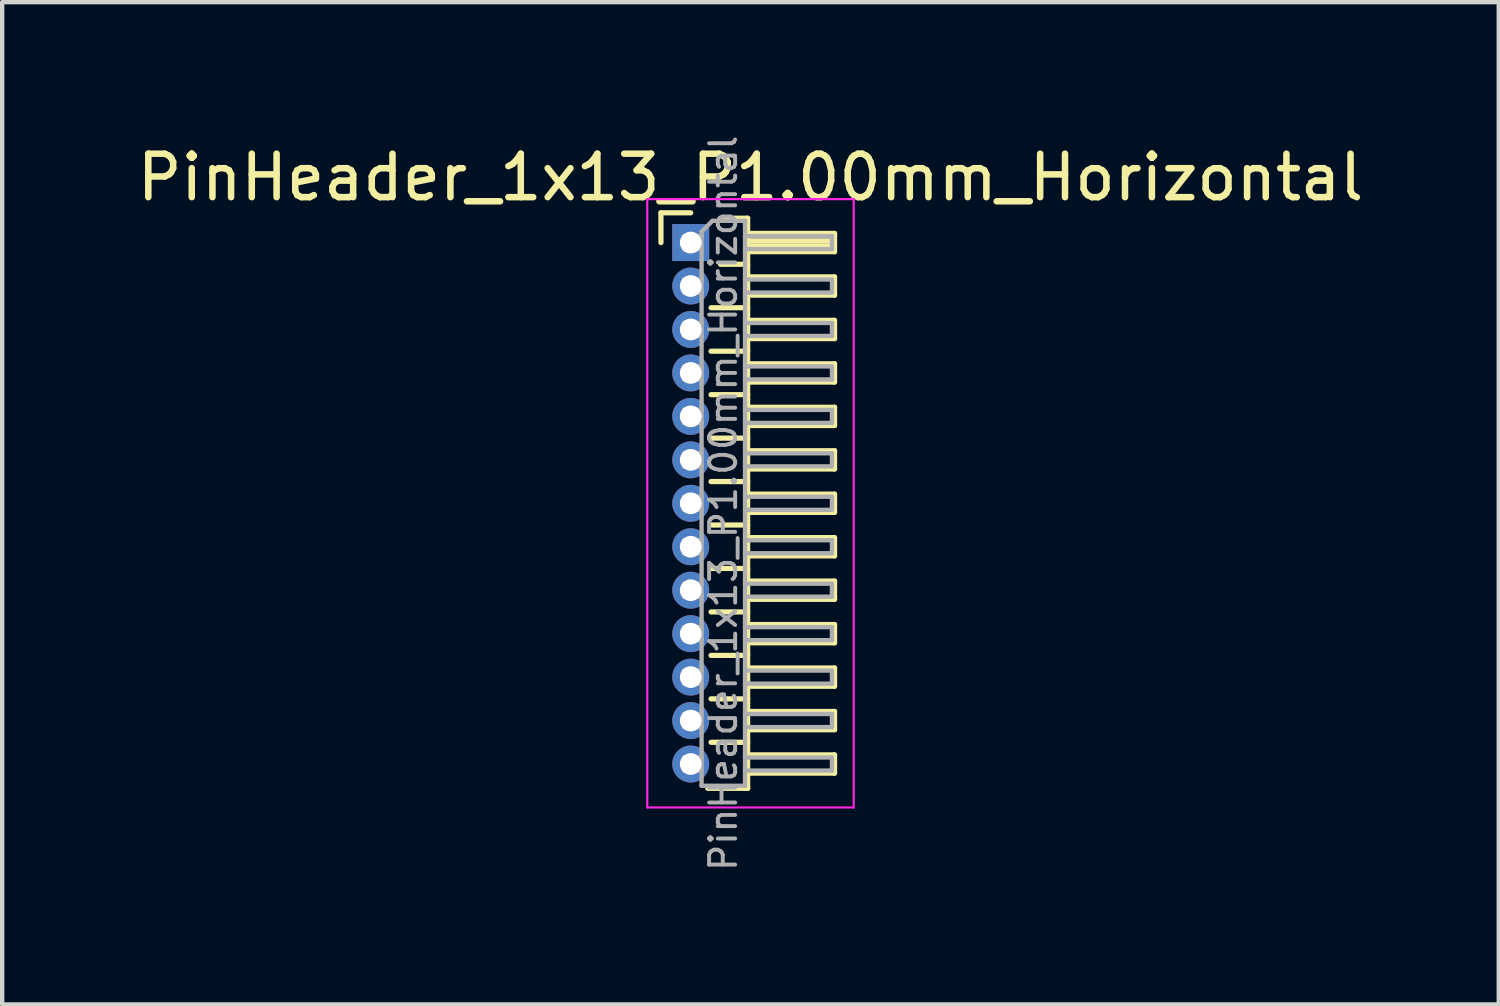
<source format=kicad_pcb>
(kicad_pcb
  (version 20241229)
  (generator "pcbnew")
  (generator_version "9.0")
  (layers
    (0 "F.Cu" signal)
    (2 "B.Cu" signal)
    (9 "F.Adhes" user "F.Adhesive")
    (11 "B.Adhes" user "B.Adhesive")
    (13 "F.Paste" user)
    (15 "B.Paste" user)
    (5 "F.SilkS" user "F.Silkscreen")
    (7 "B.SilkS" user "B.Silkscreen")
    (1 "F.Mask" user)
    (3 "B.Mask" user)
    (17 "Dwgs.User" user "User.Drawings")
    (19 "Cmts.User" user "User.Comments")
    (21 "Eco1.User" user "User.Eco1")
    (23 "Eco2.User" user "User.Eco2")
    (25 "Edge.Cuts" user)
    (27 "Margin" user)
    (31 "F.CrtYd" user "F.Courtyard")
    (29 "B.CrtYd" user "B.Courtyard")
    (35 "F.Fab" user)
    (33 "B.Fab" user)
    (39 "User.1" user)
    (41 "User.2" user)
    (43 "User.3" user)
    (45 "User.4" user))
  (footprint "PinHeader_1x13_P1.00mm_Horizontal"
    (layer "F.Cu")
    (at 12.845 2.532)
    (property "Reference" "PinHeader_1x13_P1.00mm_Horizontal" (at 1.375 -1.5 0) (layer "F.SilkS") (effects (font (size 1 1) (thickness 0.15))))
    (attr through_hole)
    (fp_line (start -0.685 -0.685) (end 0 -0.685) (stroke (width 0.12) (type solid)) (layer "F.SilkS"))
    (fp_line (start -0.685 0) (end -0.685 -0.685) (stroke (width 0.12) (type solid)) (layer "F.SilkS"))
    (fp_line (start 0.468 1.5) (end 1.31 1.5) (stroke (width 0.12) (type solid)) (layer "F.SilkS"))
    (fp_line (start 0.468 2.5) (end 1.31 2.5) (stroke (width 0.12) (type solid)) (layer "F.SilkS"))
    (fp_line (start 0.468 3.5) (end 1.31 3.5) (stroke (width 0.12) (type solid)) (layer "F.SilkS"))
    (fp_line (start 0.468 4.5) (end 1.31 4.5) (stroke (width 0.12) (type solid)) (layer "F.SilkS"))
    (fp_line (start 0.468 5.5) (end 1.31 5.5) (stroke (width 0.12) (type solid)) (layer "F.SilkS"))
    (fp_line (start 0.468 6.5) (end 1.31 6.5) (stroke (width 0.12) (type solid)) (layer "F.SilkS"))
    (fp_line (start 0.468 7.5) (end 1.31 7.5) (stroke (width 0.12) (type solid)) (layer "F.SilkS"))
    (fp_line (start 0.468 8.5) (end 1.31 8.5) (stroke (width 0.12) (type solid)) (layer "F.SilkS"))
    (fp_line (start 0.468 9.5) (end 1.31 9.5) (stroke (width 0.12) (type solid)) (layer "F.SilkS"))
    (fp_line (start 0.468 10.5) (end 1.31 10.5) (stroke (width 0.12) (type solid)) (layer "F.SilkS"))
    (fp_line (start 0.468 11.5) (end 1.31 11.5) (stroke (width 0.12) (type solid)) (layer "F.SilkS"))
    (fp_line (start 0.685 -0.56) (end 1.31 -0.56) (stroke (width 0.12) (type solid)) (layer "F.SilkS"))
    (fp_line (start 0.685 0.5) (end 1.31 0.5) (stroke (width 0.12) (type solid)) (layer "F.SilkS"))
    (fp_line (start 1.31 -0.56) (end 1.31 12.56) (stroke (width 0.12) (type solid)) (layer "F.SilkS"))
    (fp_line (start 1.31 -0.21) (end 3.31 -0.21) (stroke (width 0.12) (type solid)) (layer "F.SilkS"))
    (fp_line (start 1.31 -0.15) (end 3.31 -0.15) (stroke (width 0.12) (type solid)) (layer "F.SilkS"))
    (fp_line (start 1.31 -0.03) (end 3.31 -0.03) (stroke (width 0.12) (type solid)) (layer "F.SilkS"))
    (fp_line (start 1.31 0.09) (end 3.31 0.09) (stroke (width 0.12) (type solid)) (layer "F.SilkS"))
    (fp_line (start 1.31 0.79) (end 3.31 0.79) (stroke (width 0.12) (type solid)) (layer "F.SilkS"))
    (fp_line (start 1.31 1.79) (end 3.31 1.79) (stroke (width 0.12) (type solid)) (layer "F.SilkS"))
    (fp_line (start 1.31 2.79) (end 3.31 2.79) (stroke (width 0.12) (type solid)) (layer "F.SilkS"))
    (fp_line (start 1.31 3.79) (end 3.31 3.79) (stroke (width 0.12) (type solid)) (layer "F.SilkS"))
    (fp_line (start 1.31 4.79) (end 3.31 4.79) (stroke (width 0.12) (type solid)) (layer "F.SilkS"))
    (fp_line (start 1.31 5.79) (end 3.31 5.79) (stroke (width 0.12) (type solid)) (layer "F.SilkS"))
    (fp_line (start 1.31 6.79) (end 3.31 6.79) (stroke (width 0.12) (type solid)) (layer "F.SilkS"))
    (fp_line (start 1.31 7.79) (end 3.31 7.79) (stroke (width 0.12) (type solid)) (layer "F.SilkS"))
    (fp_line (start 1.31 8.79) (end 3.31 8.79) (stroke (width 0.12) (type solid)) (layer "F.SilkS"))
    (fp_line (start 1.31 9.79) (end 3.31 9.79) (stroke (width 0.12) (type solid)) (layer "F.SilkS"))
    (fp_line (start 1.31 10.79) (end 3.31 10.79) (stroke (width 0.12) (type solid)) (layer "F.SilkS"))
    (fp_line (start 1.31 11.79) (end 3.31 11.79) (stroke (width 0.12) (type solid)) (layer "F.SilkS"))
    (fp_line (start 1.31 12.56) (end 0.394 12.56) (stroke (width 0.12) (type solid)) (layer "F.SilkS"))
    (fp_line (start 3.31 -0.21) (end 3.31 0.21) (stroke (width 0.12) (type solid)) (layer "F.SilkS"))
    (fp_line (start 3.31 0.21) (end 1.31 0.21) (stroke (width 0.12) (type solid)) (layer "F.SilkS"))
    (fp_line (start 3.31 0.79) (end 3.31 1.21) (stroke (width 0.12) (type solid)) (layer "F.SilkS"))
    (fp_line (start 3.31 1.21) (end 1.31 1.21) (stroke (width 0.12) (type solid)) (layer "F.SilkS"))
    (fp_line (start 3.31 1.79) (end 3.31 2.21) (stroke (width 0.12) (type solid)) (layer "F.SilkS"))
    (fp_line (start 3.31 2.21) (end 1.31 2.21) (stroke (width 0.12) (type solid)) (layer "F.SilkS"))
    (fp_line (start 3.31 2.79) (end 3.31 3.21) (stroke (width 0.12) (type solid)) (layer "F.SilkS"))
    (fp_line (start 3.31 3.21) (end 1.31 3.21) (stroke (width 0.12) (type solid)) (layer "F.SilkS"))
    (fp_line (start 3.31 3.79) (end 3.31 4.21) (stroke (width 0.12) (type solid)) (layer "F.SilkS"))
    (fp_line (start 3.31 4.21) (end 1.31 4.21) (stroke (width 0.12) (type solid)) (layer "F.SilkS"))
    (fp_line (start 3.31 4.79) (end 3.31 5.21) (stroke (width 0.12) (type solid)) (layer "F.SilkS"))
    (fp_line (start 3.31 5.21) (end 1.31 5.21) (stroke (width 0.12) (type solid)) (layer "F.SilkS"))
    (fp_line (start 3.31 5.79) (end 3.31 6.21) (stroke (width 0.12) (type solid)) (layer "F.SilkS"))
    (fp_line (start 3.31 6.21) (end 1.31 6.21) (stroke (width 0.12) (type solid)) (layer "F.SilkS"))
    (fp_line (start 3.31 6.79) (end 3.31 7.21) (stroke (width 0.12) (type solid)) (layer "F.SilkS"))
    (fp_line (start 3.31 7.21) (end 1.31 7.21) (stroke (width 0.12) (type solid)) (layer "F.SilkS"))
    (fp_line (start 3.31 7.79) (end 3.31 8.21) (stroke (width 0.12) (type solid)) (layer "F.SilkS"))
    (fp_line (start 3.31 8.21) (end 1.31 8.21) (stroke (width 0.12) (type solid)) (layer "F.SilkS"))
    (fp_line (start 3.31 8.79) (end 3.31 9.21) (stroke (width 0.12) (type solid)) (layer "F.SilkS"))
    (fp_line (start 3.31 9.21) (end 1.31 9.21) (stroke (width 0.12) (type solid)) (layer "F.SilkS"))
    (fp_line (start 3.31 9.79) (end 3.31 10.21) (stroke (width 0.12) (type solid)) (layer "F.SilkS"))
    (fp_line (start 3.31 10.21) (end 1.31 10.21) (stroke (width 0.12) (type solid)) (layer "F.SilkS"))
    (fp_line (start 3.31 10.79) (end 3.31 11.21) (stroke (width 0.12) (type solid)) (layer "F.SilkS"))
    (fp_line (start 3.31 11.21) (end 1.31 11.21) (stroke (width 0.12) (type solid)) (layer "F.SilkS"))
    (fp_line (start 3.31 11.79) (end 3.31 12.21) (stroke (width 0.12) (type solid)) (layer "F.SilkS"))
    (fp_line (start 3.31 12.21) (end 1.31 12.21) (stroke (width 0.12) (type solid)) (layer "F.SilkS"))
    (fp_line (start -1 -1) (end -1 13) (stroke (width 0.05) (type solid)) (layer "F.CrtYd"))
    (fp_line (start -1 13) (end 3.75 13) (stroke (width 0.05) (type solid)) (layer "F.CrtYd"))
    (fp_line (start 3.75 -1) (end -1 -1) (stroke (width 0.05) (type solid)) (layer "F.CrtYd"))
    (fp_line (start 3.75 13) (end 3.75 -1) (stroke (width 0.05) (type solid)) (layer "F.CrtYd"))
    (fp_line (start -0.15 -0.15) (end -0.15 0.15) (stroke (width 0.1) (type solid)) (layer "F.Fab"))
    (fp_line (start -0.15 -0.15) (end 0.25 -0.15) (stroke (width 0.1) (type solid)) (layer "F.Fab"))
    (fp_line (start -0.15 0.15) (end 0.25 0.15) (stroke (width 0.1) (type solid)) (layer "F.Fab"))
    (fp_line (start -0.15 0.85) (end -0.15 1.15) (stroke (width 0.1) (type solid)) (layer "F.Fab"))
    (fp_line (start -0.15 0.85) (end 0.25 0.85) (stroke (width 0.1) (type solid)) (layer "F.Fab"))
    (fp_line (start -0.15 1.15) (end 0.25 1.15) (stroke (width 0.1) (type solid)) (layer "F.Fab"))
    (fp_line (start -0.15 1.85) (end -0.15 2.15) (stroke (width 0.1) (type solid)) (layer "F.Fab"))
    (fp_line (start -0.15 1.85) (end 0.25 1.85) (stroke (width 0.1) (type solid)) (layer "F.Fab"))
    (fp_line (start -0.15 2.15) (end 0.25 2.15) (stroke (width 0.1) (type solid)) (layer "F.Fab"))
    (fp_line (start -0.15 2.85) (end -0.15 3.15) (stroke (width 0.1) (type solid)) (layer "F.Fab"))
    (fp_line (start -0.15 2.85) (end 0.25 2.85) (stroke (width 0.1) (type solid)) (layer "F.Fab"))
    (fp_line (start -0.15 3.15) (end 0.25 3.15) (stroke (width 0.1) (type solid)) (layer "F.Fab"))
    (fp_line (start -0.15 3.85) (end -0.15 4.15) (stroke (width 0.1) (type solid)) (layer "F.Fab"))
    (fp_line (start -0.15 3.85) (end 0.25 3.85) (stroke (width 0.1) (type solid)) (layer "F.Fab"))
    (fp_line (start -0.15 4.15) (end 0.25 4.15) (stroke (width 0.1) (type solid)) (layer "F.Fab"))
    (fp_line (start -0.15 4.85) (end -0.15 5.15) (stroke (width 0.1) (type solid)) (layer "F.Fab"))
    (fp_line (start -0.15 4.85) (end 0.25 4.85) (stroke (width 0.1) (type solid)) (layer "F.Fab"))
    (fp_line (start -0.15 5.15) (end 0.25 5.15) (stroke (width 0.1) (type solid)) (layer "F.Fab"))
    (fp_line (start -0.15 5.85) (end -0.15 6.15) (stroke (width 0.1) (type solid)) (layer "F.Fab"))
    (fp_line (start -0.15 5.85) (end 0.25 5.85) (stroke (width 0.1) (type solid)) (layer "F.Fab"))
    (fp_line (start -0.15 6.15) (end 0.25 6.15) (stroke (width 0.1) (type solid)) (layer "F.Fab"))
    (fp_line (start -0.15 6.85) (end -0.15 7.15) (stroke (width 0.1) (type solid)) (layer "F.Fab"))
    (fp_line (start -0.15 6.85) (end 0.25 6.85) (stroke (width 0.1) (type solid)) (layer "F.Fab"))
    (fp_line (start -0.15 7.15) (end 0.25 7.15) (stroke (width 0.1) (type solid)) (layer "F.Fab"))
    (fp_line (start -0.15 7.85) (end -0.15 8.15) (stroke (width 0.1) (type solid)) (layer "F.Fab"))
    (fp_line (start -0.15 7.85) (end 0.25 7.85) (stroke (width 0.1) (type solid)) (layer "F.Fab"))
    (fp_line (start -0.15 8.15) (end 0.25 8.15) (stroke (width 0.1) (type solid)) (layer "F.Fab"))
    (fp_line (start -0.15 8.85) (end -0.15 9.15) (stroke (width 0.1) (type solid)) (layer "F.Fab"))
    (fp_line (start -0.15 8.85) (end 0.25 8.85) (stroke (width 0.1) (type solid)) (layer "F.Fab"))
    (fp_line (start -0.15 9.15) (end 0.25 9.15) (stroke (width 0.1) (type solid)) (layer "F.Fab"))
    (fp_line (start -0.15 9.85) (end -0.15 10.15) (stroke (width 0.1) (type solid)) (layer "F.Fab"))
    (fp_line (start -0.15 9.85) (end 0.25 9.85) (stroke (width 0.1) (type solid)) (layer "F.Fab"))
    (fp_line (start -0.15 10.15) (end 0.25 10.15) (stroke (width 0.1) (type solid)) (layer "F.Fab"))
    (fp_line (start -0.15 10.85) (end -0.15 11.15) (stroke (width 0.1) (type solid)) (layer "F.Fab"))
    (fp_line (start -0.15 10.85) (end 0.25 10.85) (stroke (width 0.1) (type solid)) (layer "F.Fab"))
    (fp_line (start -0.15 11.15) (end 0.25 11.15) (stroke (width 0.1) (type solid)) (layer "F.Fab"))
    (fp_line (start -0.15 11.85) (end -0.15 12.15) (stroke (width 0.1) (type solid)) (layer "F.Fab"))
    (fp_line (start -0.15 11.85) (end 0.25 11.85) (stroke (width 0.1) (type solid)) (layer "F.Fab"))
    (fp_line (start -0.15 12.15) (end 0.25 12.15) (stroke (width 0.1) (type solid)) (layer "F.Fab"))
    (fp_line (start 0.25 -0.25) (end 0.5 -0.5) (stroke (width 0.1) (type solid)) (layer "F.Fab"))
    (fp_line (start 0.25 12.5) (end 0.25 -0.25) (stroke (width 0.1) (type solid)) (layer "F.Fab"))
    (fp_line (start 0.5 -0.5) (end 1.25 -0.5) (stroke (width 0.1) (type solid)) (layer "F.Fab"))
    (fp_line (start 1.25 -0.5) (end 1.25 12.5) (stroke (width 0.1) (type solid)) (layer "F.Fab"))
    (fp_line (start 1.25 -0.15) (end 3.25 -0.15) (stroke (width 0.1) (type solid)) (layer "F.Fab"))
    (fp_line (start 1.25 0.15) (end 3.25 0.15) (stroke (width 0.1) (type solid)) (layer "F.Fab"))
    (fp_line (start 1.25 0.85) (end 3.25 0.85) (stroke (width 0.1) (type solid)) (layer "F.Fab"))
    (fp_line (start 1.25 1.15) (end 3.25 1.15) (stroke (width 0.1) (type solid)) (layer "F.Fab"))
    (fp_line (start 1.25 1.85) (end 3.25 1.85) (stroke (width 0.1) (type solid)) (layer "F.Fab"))
    (fp_line (start 1.25 2.15) (end 3.25 2.15) (stroke (width 0.1) (type solid)) (layer "F.Fab"))
    (fp_line (start 1.25 2.85) (end 3.25 2.85) (stroke (width 0.1) (type solid)) (layer "F.Fab"))
    (fp_line (start 1.25 3.15) (end 3.25 3.15) (stroke (width 0.1) (type solid)) (layer "F.Fab"))
    (fp_line (start 1.25 3.85) (end 3.25 3.85) (stroke (width 0.1) (type solid)) (layer "F.Fab"))
    (fp_line (start 1.25 4.15) (end 3.25 4.15) (stroke (width 0.1) (type solid)) (layer "F.Fab"))
    (fp_line (start 1.25 4.85) (end 3.25 4.85) (stroke (width 0.1) (type solid)) (layer "F.Fab"))
    (fp_line (start 1.25 5.15) (end 3.25 5.15) (stroke (width 0.1) (type solid)) (layer "F.Fab"))
    (fp_line (start 1.25 5.85) (end 3.25 5.85) (stroke (width 0.1) (type solid)) (layer "F.Fab"))
    (fp_line (start 1.25 6.15) (end 3.25 6.15) (stroke (width 0.1) (type solid)) (layer "F.Fab"))
    (fp_line (start 1.25 6.85) (end 3.25 6.85) (stroke (width 0.1) (type solid)) (layer "F.Fab"))
    (fp_line (start 1.25 7.15) (end 3.25 7.15) (stroke (width 0.1) (type solid)) (layer "F.Fab"))
    (fp_line (start 1.25 7.85) (end 3.25 7.85) (stroke (width 0.1) (type solid)) (layer "F.Fab"))
    (fp_line (start 1.25 8.15) (end 3.25 8.15) (stroke (width 0.1) (type solid)) (layer "F.Fab"))
    (fp_line (start 1.25 8.85) (end 3.25 8.85) (stroke (width 0.1) (type solid)) (layer "F.Fab"))
    (fp_line (start 1.25 9.15) (end 3.25 9.15) (stroke (width 0.1) (type solid)) (layer "F.Fab"))
    (fp_line (start 1.25 9.85) (end 3.25 9.85) (stroke (width 0.1) (type solid)) (layer "F.Fab"))
    (fp_line (start 1.25 10.15) (end 3.25 10.15) (stroke (width 0.1) (type solid)) (layer "F.Fab"))
    (fp_line (start 1.25 10.85) (end 3.25 10.85) (stroke (width 0.1) (type solid)) (layer "F.Fab"))
    (fp_line (start 1.25 11.15) (end 3.25 11.15) (stroke (width 0.1) (type solid)) (layer "F.Fab"))
    (fp_line (start 1.25 11.85) (end 3.25 11.85) (stroke (width 0.1) (type solid)) (layer "F.Fab"))
    (fp_line (start 1.25 12.15) (end 3.25 12.15) (stroke (width 0.1) (type solid)) (layer "F.Fab"))
    (fp_line (start 1.25 12.5) (end 0.25 12.5) (stroke (width 0.1) (type solid)) (layer "F.Fab"))
    (fp_line (start 3.25 -0.15) (end 3.25 0.15) (stroke (width 0.1) (type solid)) (layer "F.Fab"))
    (fp_line (start 3.25 0.85) (end 3.25 1.15) (stroke (width 0.1) (type solid)) (layer "F.Fab"))
    (fp_line (start 3.25 1.85) (end 3.25 2.15) (stroke (width 0.1) (type solid)) (layer "F.Fab"))
    (fp_line (start 3.25 2.85) (end 3.25 3.15) (stroke (width 0.1) (type solid)) (layer "F.Fab"))
    (fp_line (start 3.25 3.85) (end 3.25 4.15) (stroke (width 0.1) (type solid)) (layer "F.Fab"))
    (fp_line (start 3.25 4.85) (end 3.25 5.15) (stroke (width 0.1) (type solid)) (layer "F.Fab"))
    (fp_line (start 3.25 5.85) (end 3.25 6.15) (stroke (width 0.1) (type solid)) (layer "F.Fab"))
    (fp_line (start 3.25 6.85) (end 3.25 7.15) (stroke (width 0.1) (type solid)) (layer "F.Fab"))
    (fp_line (start 3.25 7.85) (end 3.25 8.15) (stroke (width 0.1) (type solid)) (layer "F.Fab"))
    (fp_line (start 3.25 8.85) (end 3.25 9.15) (stroke (width 0.1) (type solid)) (layer "F.Fab"))
    (fp_line (start 3.25 9.85) (end 3.25 10.15) (stroke (width 0.1) (type solid)) (layer "F.Fab"))
    (fp_line (start 3.25 10.85) (end 3.25 11.15) (stroke (width 0.1) (type solid)) (layer "F.Fab"))
    (fp_line (start 3.25 11.85) (end 3.25 12.15) (stroke (width 0.1) (type solid)) (layer "F.Fab"))
    (fp_text user "${REFERENCE}" (at 0.75 6 90) (layer "F.Fab") (effects (font (size 0.6 0.6) (thickness 0.09))))
    (pad "1" thru_hole rect (at 0 0) (size 0.85 0.85) (drill 0.5) (layers "*.Cu" "*.Mask"))
    (pad "2" thru_hole oval (at 0 1) (size 0.85 0.85) (drill 0.5) (layers "*.Cu" "*.Mask"))
    (pad "3" thru_hole oval (at 0 2) (size 0.85 0.85) (drill 0.5) (layers "*.Cu" "*.Mask"))
    (pad "4" thru_hole oval (at 0 3) (size 0.85 0.85) (drill 0.5) (layers "*.Cu" "*.Mask"))
    (pad "5" thru_hole oval (at 0 4) (size 0.85 0.85) (drill 0.5) (layers "*.Cu" "*.Mask"))
    (pad "6" thru_hole oval (at 0 5) (size 0.85 0.85) (drill 0.5) (layers "*.Cu" "*.Mask"))
    (pad "7" thru_hole oval (at 0 6) (size 0.85 0.85) (drill 0.5) (layers "*.Cu" "*.Mask"))
    (pad "8" thru_hole oval (at 0 7) (size 0.85 0.85) (drill 0.5) (layers "*.Cu" "*.Mask"))
    (pad "9" thru_hole oval (at 0 8) (size 0.85 0.85) (drill 0.5) (layers "*.Cu" "*.Mask"))
    (pad "10" thru_hole oval (at 0 9) (size 0.85 0.85) (drill 0.5) (layers "*.Cu" "*.Mask"))
    (pad "11" thru_hole oval (at 0 10) (size 0.85 0.85) (drill 0.5) (layers "*.Cu" "*.Mask"))
    (pad "12" thru_hole oval (at 0 11) (size 0.85 0.85) (drill 0.5) (layers "*.Cu" "*.Mask"))
    (pad "13" thru_hole oval (at 0 12) (size 0.85 0.85) (drill 0.5) (layers "*.Cu" "*.Mask")))
  (gr_rect
    (start -3 -3)
    (end 31.44 20.064)
    (stroke (width 0.1) (type default))
    (fill no)
    (layer "Edge.Cuts")))
</source>
